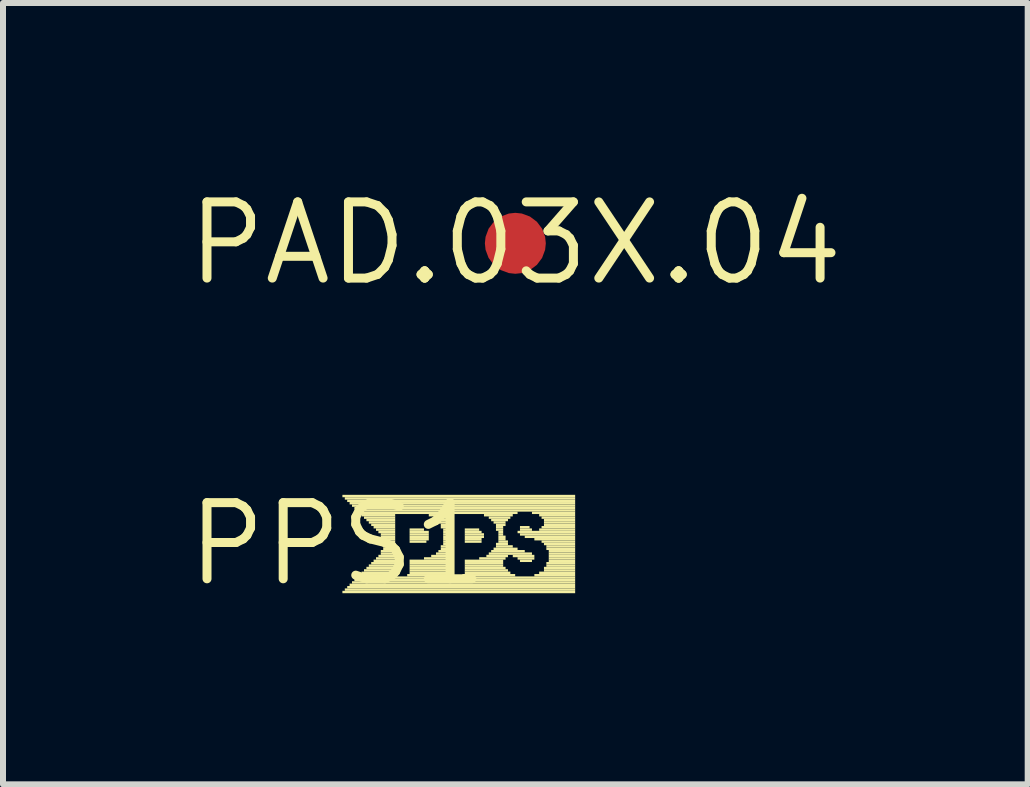
<source format=kicad_pcb>
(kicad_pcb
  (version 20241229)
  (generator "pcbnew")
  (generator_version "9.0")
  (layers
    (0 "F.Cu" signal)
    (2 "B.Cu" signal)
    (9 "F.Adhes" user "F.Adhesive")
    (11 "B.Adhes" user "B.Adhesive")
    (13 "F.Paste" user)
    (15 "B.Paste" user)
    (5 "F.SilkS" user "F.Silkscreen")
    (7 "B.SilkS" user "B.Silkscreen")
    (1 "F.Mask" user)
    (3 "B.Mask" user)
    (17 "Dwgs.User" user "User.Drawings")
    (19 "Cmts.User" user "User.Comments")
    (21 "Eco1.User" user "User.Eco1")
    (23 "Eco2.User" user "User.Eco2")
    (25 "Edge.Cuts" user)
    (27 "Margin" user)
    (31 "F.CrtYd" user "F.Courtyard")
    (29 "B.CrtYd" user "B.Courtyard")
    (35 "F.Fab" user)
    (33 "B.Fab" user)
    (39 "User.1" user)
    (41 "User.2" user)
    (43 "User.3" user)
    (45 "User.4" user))
  (footprint "PPS1"
    (layer "F.Cu")
    (at 2.578 6.019)
    (property "Reference" "PPS1" (at 0 0 0) (layer "F.SilkS") (effects (font (size 1.27 1.27) (thickness 0.15))))
    (fp_poly (pts (xy 0.08 -0.78) (xy 3.96 -0.78) (xy 3.96 -0.82) (xy 0.08 -0.82)) (stroke (width 0) (type solid)) (fill yes) (layer "F.SilkS"))
    (fp_poly (pts (xy 0.08 0.82) (xy 3.96 0.82) (xy 3.96 0.78) (xy 0.08 0.78)) (stroke (width 0) (type solid)) (fill yes) (layer "F.SilkS"))
    (fp_poly (pts (xy 0.12 -0.74) (xy 3.96 -0.74) (xy 3.96 -0.78) (xy 0.12 -0.78)) (stroke (width 0) (type solid)) (fill yes) (layer "F.SilkS"))
    (fp_poly (pts (xy 0.12 0.78) (xy 3.96 0.78) (xy 3.96 0.74) (xy 0.12 0.74)) (stroke (width 0) (type solid)) (fill yes) (layer "F.SilkS"))
    (fp_poly (pts (xy 0.16 -0.7) (xy 3.96 -0.7) (xy 3.96 -0.74) (xy 0.16 -0.74)) (stroke (width 0) (type solid)) (fill yes) (layer "F.SilkS"))
    (fp_poly (pts (xy 0.16 0.74) (xy 3.96 0.74) (xy 3.96 0.7) (xy 0.16 0.7)) (stroke (width 0) (type solid)) (fill yes) (layer "F.SilkS"))
    (fp_poly (pts (xy 0.2 -0.66) (xy 3.96 -0.66) (xy 3.96 -0.7) (xy 0.2 -0.7)) (stroke (width 0) (type solid)) (fill yes) (layer "F.SilkS"))
    (fp_poly (pts (xy 0.2 0.7) (xy 3.96 0.7) (xy 3.96 0.66) (xy 0.2 0.66)) (stroke (width 0) (type solid)) (fill yes) (layer "F.SilkS"))
    (fp_poly (pts (xy 0.24 -0.62) (xy 3.96 -0.62) (xy 3.96 -0.66) (xy 0.24 -0.66)) (stroke (width 0) (type solid)) (fill yes) (layer "F.SilkS"))
    (fp_poly (pts (xy 0.24 0.66) (xy 3.96 0.66) (xy 3.96 0.62) (xy 0.24 0.62)) (stroke (width 0) (type solid)) (fill yes) (layer "F.SilkS"))
    (fp_poly (pts (xy 0.28 -0.58) (xy 3.96 -0.58) (xy 3.96 -0.62) (xy 0.28 -0.62)) (stroke (width 0) (type solid)) (fill yes) (layer "F.SilkS"))
    (fp_poly (pts (xy 0.28 0.62) (xy 3.96 0.62) (xy 3.96 0.58) (xy 0.28 0.58)) (stroke (width 0) (type solid)) (fill yes) (layer "F.SilkS"))
    (fp_poly (pts (xy 0.32 -0.54) (xy 3.96 -0.54) (xy 3.96 -0.58) (xy 0.32 -0.58)) (stroke (width 0) (type solid)) (fill yes) (layer "F.SilkS"))
    (fp_poly (pts (xy 0.32 0.58) (xy 3.96 0.58) (xy 3.96 0.54) (xy 0.32 0.54)) (stroke (width 0) (type solid)) (fill yes) (layer "F.SilkS"))
    (fp_poly (pts (xy 0.36 -0.5) (xy 3 -0.5) (xy 3 -0.54) (xy 0.36 -0.54)) (stroke (width 0) (type solid)) (fill yes) (layer "F.SilkS"))
    (fp_poly (pts (xy 0.36 0.54) (xy 1 0.54) (xy 1 0.5) (xy 0.36 0.5)) (stroke (width 0) (type solid)) (fill yes) (layer "F.SilkS"))
    (fp_poly (pts (xy 0.4 -0.46) (xy 0.96 -0.46) (xy 0.96 -0.5) (xy 0.4 -0.5)) (stroke (width 0) (type solid)) (fill yes) (layer "F.SilkS"))
    (fp_poly (pts (xy 0.4 0.5) (xy 0.96 0.5) (xy 0.96 0.46) (xy 0.4 0.46)) (stroke (width 0) (type solid)) (fill yes) (layer "F.SilkS"))
    (fp_poly (pts (xy 0.44 -0.42) (xy 0.96 -0.42) (xy 0.96 -0.46) (xy 0.44 -0.46)) (stroke (width 0) (type solid)) (fill yes) (layer "F.SilkS"))
    (fp_poly (pts (xy 0.44 0.46) (xy 0.96 0.46) (xy 0.96 0.42) (xy 0.44 0.42)) (stroke (width 0) (type solid)) (fill yes) (layer "F.SilkS"))
    (fp_poly (pts (xy 0.48 -0.38) (xy 0.96 -0.38) (xy 0.96 -0.42) (xy 0.48 -0.42)) (stroke (width 0) (type solid)) (fill yes) (layer "F.SilkS"))
    (fp_poly (pts (xy 0.48 0.42) (xy 0.96 0.42) (xy 0.96 0.38) (xy 0.48 0.38)) (stroke (width 0) (type solid)) (fill yes) (layer "F.SilkS"))
    (fp_poly (pts (xy 0.52 -0.34) (xy 0.96 -0.34) (xy 0.96 -0.38) (xy 0.52 -0.38)) (stroke (width 0) (type solid)) (fill yes) (layer "F.SilkS"))
    (fp_poly (pts (xy 0.52 0.38) (xy 0.96 0.38) (xy 0.96 0.34) (xy 0.52 0.34)) (stroke (width 0) (type solid)) (fill yes) (layer "F.SilkS"))
    (fp_poly (pts (xy 0.56 -0.3) (xy 0.96 -0.3) (xy 0.96 -0.34) (xy 0.56 -0.34)) (stroke (width 0) (type solid)) (fill yes) (layer "F.SilkS"))
    (fp_poly (pts (xy 0.56 0.34) (xy 0.96 0.34) (xy 0.96 0.3) (xy 0.56 0.3)) (stroke (width 0) (type solid)) (fill yes) (layer "F.SilkS"))
    (fp_poly (pts (xy 0.6 -0.26) (xy 0.96 -0.26) (xy 0.96 -0.3) (xy 0.6 -0.3)) (stroke (width 0) (type solid)) (fill yes) (layer "F.SilkS"))
    (fp_poly (pts (xy 0.6 0.3) (xy 0.96 0.3) (xy 0.96 0.26) (xy 0.6 0.26)) (stroke (width 0) (type solid)) (fill yes) (layer "F.SilkS"))
    (fp_poly (pts (xy 0.64 -0.22) (xy 0.96 -0.22) (xy 0.96 -0.26) (xy 0.64 -0.26)) (stroke (width 0) (type solid)) (fill yes) (layer "F.SilkS"))
    (fp_poly (pts (xy 0.64 0.26) (xy 0.96 0.26) (xy 0.96 0.22) (xy 0.64 0.22)) (stroke (width 0) (type solid)) (fill yes) (layer "F.SilkS"))
    (fp_poly (pts (xy 0.68 -0.18) (xy 0.96 -0.18) (xy 0.96 -0.22) (xy 0.68 -0.22)) (stroke (width 0) (type solid)) (fill yes) (layer "F.SilkS"))
    (fp_poly (pts (xy 0.68 0.22) (xy 0.96 0.22) (xy 0.96 0.18) (xy 0.68 0.18)) (stroke (width 0) (type solid)) (fill yes) (layer "F.SilkS"))
    (fp_poly (pts (xy 0.72 -0.14) (xy 0.96 -0.14) (xy 0.96 -0.18) (xy 0.72 -0.18)) (stroke (width 0) (type solid)) (fill yes) (layer "F.SilkS"))
    (fp_poly (pts (xy 0.72 -0.1) (xy 0.96 -0.1) (xy 0.96 -0.14) (xy 0.72 -0.14)) (stroke (width 0) (type solid)) (fill yes) (layer "F.SilkS"))
    (fp_poly (pts (xy 0.72 0.14) (xy 0.96 0.14) (xy 0.96 0.1) (xy 0.72 0.1)) (stroke (width 0) (type solid)) (fill yes) (layer "F.SilkS"))
    (fp_poly (pts (xy 0.72 0.18) (xy 0.96 0.18) (xy 0.96 0.14) (xy 0.72 0.14)) (stroke (width 0) (type solid)) (fill yes) (layer "F.SilkS"))
    (fp_poly (pts (xy 0.76 -0.06) (xy 0.96 -0.06) (xy 0.96 -0.1) (xy 0.76 -0.1)) (stroke (width 0) (type solid)) (fill yes) (layer "F.SilkS"))
    (fp_poly (pts (xy 0.76 -0.02) (xy 0.96 -0.02) (xy 0.96 -0.06) (xy 0.76 -0.06)) (stroke (width 0) (type solid)) (fill yes) (layer "F.SilkS"))
    (fp_poly (pts (xy 0.76 0.02) (xy 0.96 0.02) (xy 0.96 -0.02) (xy 0.76 -0.02)) (stroke (width 0) (type solid)) (fill yes) (layer "F.SilkS"))
    (fp_poly (pts (xy 0.76 0.06) (xy 0.96 0.06) (xy 0.96 0.02) (xy 0.76 0.02)) (stroke (width 0) (type solid)) (fill yes) (layer "F.SilkS"))
    (fp_poly (pts (xy 0.76 0.1) (xy 0.96 0.1) (xy 0.96 0.06) (xy 0.76 0.06)) (stroke (width 0) (type solid)) (fill yes) (layer "F.SilkS"))
    (fp_poly (pts (xy 1.16 0.54) (xy 1.92 0.54) (xy 1.92 0.5) (xy 1.16 0.5)) (stroke (width 0) (type solid)) (fill yes) (layer "F.SilkS"))
    (fp_poly (pts (xy 1.2 -0.22) (xy 1.44 -0.22) (xy 1.44 -0.26) (xy 1.2 -0.26)) (stroke (width 0) (type solid)) (fill yes) (layer "F.SilkS"))
    (fp_poly (pts (xy 1.2 -0.18) (xy 1.52 -0.18) (xy 1.52 -0.22) (xy 1.2 -0.22)) (stroke (width 0) (type solid)) (fill yes) (layer "F.SilkS"))
    (fp_poly (pts (xy 1.2 -0.14) (xy 1.52 -0.14) (xy 1.52 -0.18) (xy 1.2 -0.18)) (stroke (width 0) (type solid)) (fill yes) (layer "F.SilkS"))
    (fp_poly (pts (xy 1.2 -0.1) (xy 1.52 -0.1) (xy 1.52 -0.14) (xy 1.2 -0.14)) (stroke (width 0) (type solid)) (fill yes) (layer "F.SilkS"))
    (fp_poly (pts (xy 1.2 -0.06) (xy 1.52 -0.06) (xy 1.52 -0.1) (xy 1.2 -0.1)) (stroke (width 0) (type solid)) (fill yes) (layer "F.SilkS"))
    (fp_poly (pts (xy 1.2 -0.02) (xy 1.48 -0.02) (xy 1.48 -0.06) (xy 1.2 -0.06)) (stroke (width 0) (type solid)) (fill yes) (layer "F.SilkS"))
    (fp_poly (pts (xy 1.2 0.3) (xy 1.88 0.3) (xy 1.88 0.26) (xy 1.2 0.26)) (stroke (width 0) (type solid)) (fill yes) (layer "F.SilkS"))
    (fp_poly (pts (xy 1.2 0.34) (xy 1.88 0.34) (xy 1.88 0.3) (xy 1.2 0.3)) (stroke (width 0) (type solid)) (fill yes) (layer "F.SilkS"))
    (fp_poly (pts (xy 1.2 0.38) (xy 1.88 0.38) (xy 1.88 0.34) (xy 1.2 0.34)) (stroke (width 0) (type solid)) (fill yes) (layer "F.SilkS"))
    (fp_poly (pts (xy 1.2 0.42) (xy 1.88 0.42) (xy 1.88 0.38) (xy 1.2 0.38)) (stroke (width 0) (type solid)) (fill yes) (layer "F.SilkS"))
    (fp_poly (pts (xy 1.2 0.46) (xy 1.88 0.46) (xy 1.88 0.42) (xy 1.2 0.42)) (stroke (width 0) (type solid)) (fill yes) (layer "F.SilkS"))
    (fp_poly (pts (xy 1.2 0.5) (xy 1.88 0.5) (xy 1.88 0.46) (xy 1.2 0.46)) (stroke (width 0) (type solid)) (fill yes) (layer "F.SilkS"))
    (fp_poly (pts (xy 1.44 0.26) (xy 1.88 0.26) (xy 1.88 0.22) (xy 1.44 0.22)) (stroke (width 0) (type solid)) (fill yes) (layer "F.SilkS"))
    (fp_poly (pts (xy 1.52 -0.46) (xy 1.88 -0.46) (xy 1.88 -0.5) (xy 1.52 -0.5)) (stroke (width 0) (type solid)) (fill yes) (layer "F.SilkS"))
    (fp_poly (pts (xy 1.56 0.22) (xy 1.88 0.22) (xy 1.88 0.18) (xy 1.56 0.18)) (stroke (width 0) (type solid)) (fill yes) (layer "F.SilkS"))
    (fp_poly (pts (xy 1.6 -0.42) (xy 1.88 -0.42) (xy 1.88 -0.46) (xy 1.6 -0.46)) (stroke (width 0) (type solid)) (fill yes) (layer "F.SilkS"))
    (fp_poly (pts (xy 1.64 -0.38) (xy 1.88 -0.38) (xy 1.88 -0.42) (xy 1.64 -0.42)) (stroke (width 0) (type solid)) (fill yes) (layer "F.SilkS"))
    (fp_poly (pts (xy 1.64 0.18) (xy 1.88 0.18) (xy 1.88 0.14) (xy 1.64 0.14)) (stroke (width 0) (type solid)) (fill yes) (layer "F.SilkS"))
    (fp_poly (pts (xy 1.68 -0.34) (xy 1.88 -0.34) (xy 1.88 -0.38) (xy 1.68 -0.38)) (stroke (width 0) (type solid)) (fill yes) (layer "F.SilkS"))
    (fp_poly (pts (xy 1.68 0.14) (xy 1.88 0.14) (xy 1.88 0.1) (xy 1.68 0.1)) (stroke (width 0) (type solid)) (fill yes) (layer "F.SilkS"))
    (fp_poly (pts (xy 1.72 -0.3) (xy 1.88 -0.3) (xy 1.88 -0.34) (xy 1.72 -0.34)) (stroke (width 0) (type solid)) (fill yes) (layer "F.SilkS"))
    (fp_poly (pts (xy 1.72 -0.26) (xy 1.88 -0.26) (xy 1.88 -0.3) (xy 1.72 -0.3)) (stroke (width 0) (type solid)) (fill yes) (layer "F.SilkS"))
    (fp_poly (pts (xy 1.72 0.06) (xy 1.88 0.06) (xy 1.88 0.02) (xy 1.72 0.02)) (stroke (width 0) (type solid)) (fill yes) (layer "F.SilkS"))
    (fp_poly (pts (xy 1.72 0.1) (xy 1.88 0.1) (xy 1.88 0.06) (xy 1.72 0.06)) (stroke (width 0) (type solid)) (fill yes) (layer "F.SilkS"))
    (fp_poly (pts (xy 1.76 -0.22) (xy 1.88 -0.22) (xy 1.88 -0.26) (xy 1.76 -0.26)) (stroke (width 0) (type solid)) (fill yes) (layer "F.SilkS"))
    (fp_poly (pts (xy 1.76 -0.18) (xy 1.88 -0.18) (xy 1.88 -0.22) (xy 1.76 -0.22)) (stroke (width 0) (type solid)) (fill yes) (layer "F.SilkS"))
    (fp_poly (pts (xy 1.76 -0.14) (xy 1.88 -0.14) (xy 1.88 -0.18) (xy 1.76 -0.18)) (stroke (width 0) (type solid)) (fill yes) (layer "F.SilkS"))
    (fp_poly (pts (xy 1.76 -0.1) (xy 1.88 -0.1) (xy 1.88 -0.14) (xy 1.76 -0.14)) (stroke (width 0) (type solid)) (fill yes) (layer "F.SilkS"))
    (fp_poly (pts (xy 1.76 -0.06) (xy 1.88 -0.06) (xy 1.88 -0.1) (xy 1.76 -0.1)) (stroke (width 0) (type solid)) (fill yes) (layer "F.SilkS"))
    (fp_poly (pts (xy 1.76 -0.02) (xy 1.88 -0.02) (xy 1.88 -0.06) (xy 1.76 -0.06)) (stroke (width 0) (type solid)) (fill yes) (layer "F.SilkS"))
    (fp_poly (pts (xy 1.76 0.02) (xy 1.88 0.02) (xy 1.88 -0.02) (xy 1.76 -0.02)) (stroke (width 0) (type solid)) (fill yes) (layer "F.SilkS"))
    (fp_poly (pts (xy 2.08 0.54) (xy 2.96 0.54) (xy 2.96 0.5) (xy 2.08 0.5)) (stroke (width 0) (type solid)) (fill yes) (layer "F.SilkS"))
    (fp_poly (pts (xy 2.12 -0.22) (xy 2.36 -0.22) (xy 2.36 -0.26) (xy 2.12 -0.26)) (stroke (width 0) (type solid)) (fill yes) (layer "F.SilkS"))
    (fp_poly (pts (xy 2.12 -0.18) (xy 2.4 -0.18) (xy 2.4 -0.22) (xy 2.12 -0.22)) (stroke (width 0) (type solid)) (fill yes) (layer "F.SilkS"))
    (fp_poly (pts (xy 2.12 -0.14) (xy 2.44 -0.14) (xy 2.44 -0.18) (xy 2.12 -0.18)) (stroke (width 0) (type solid)) (fill yes) (layer "F.SilkS"))
    (fp_poly (pts (xy 2.12 -0.1) (xy 2.44 -0.1) (xy 2.44 -0.14) (xy 2.12 -0.14)) (stroke (width 0) (type solid)) (fill yes) (layer "F.SilkS"))
    (fp_poly (pts (xy 2.12 -0.06) (xy 2.4 -0.06) (xy 2.4 -0.1) (xy 2.12 -0.1)) (stroke (width 0) (type solid)) (fill yes) (layer "F.SilkS"))
    (fp_poly (pts (xy 2.12 -0.02) (xy 2.4 -0.02) (xy 2.4 -0.06) (xy 2.12 -0.06)) (stroke (width 0) (type solid)) (fill yes) (layer "F.SilkS"))
    (fp_poly (pts (xy 2.12 0.3) (xy 2.76 0.3) (xy 2.76 0.26) (xy 2.12 0.26)) (stroke (width 0) (type solid)) (fill yes) (layer "F.SilkS"))
    (fp_poly (pts (xy 2.12 0.34) (xy 2.76 0.34) (xy 2.76 0.3) (xy 2.12 0.3)) (stroke (width 0) (type solid)) (fill yes) (layer "F.SilkS"))
    (fp_poly (pts (xy 2.12 0.38) (xy 2.76 0.38) (xy 2.76 0.34) (xy 2.12 0.34)) (stroke (width 0) (type solid)) (fill yes) (layer "F.SilkS"))
    (fp_poly (pts (xy 2.12 0.42) (xy 2.8 0.42) (xy 2.8 0.38) (xy 2.12 0.38)) (stroke (width 0) (type solid)) (fill yes) (layer "F.SilkS"))
    (fp_poly (pts (xy 2.12 0.46) (xy 2.84 0.46) (xy 2.84 0.42) (xy 2.12 0.42)) (stroke (width 0) (type solid)) (fill yes) (layer "F.SilkS"))
    (fp_poly (pts (xy 2.12 0.5) (xy 2.88 0.5) (xy 2.88 0.46) (xy 2.12 0.46)) (stroke (width 0) (type solid)) (fill yes) (layer "F.SilkS"))
    (fp_poly (pts (xy 2.36 0.26) (xy 2.8 0.26) (xy 2.8 0.22) (xy 2.36 0.22)) (stroke (width 0) (type solid)) (fill yes) (layer "F.SilkS"))
    (fp_poly (pts (xy 2.44 -0.46) (xy 2.92 -0.46) (xy 2.92 -0.5) (xy 2.44 -0.5)) (stroke (width 0) (type solid)) (fill yes) (layer "F.SilkS"))
    (fp_poly (pts (xy 2.48 0.22) (xy 2.84 0.22) (xy 2.84 0.18) (xy 2.48 0.18)) (stroke (width 0) (type solid)) (fill yes) (layer "F.SilkS"))
    (fp_poly (pts (xy 2.52 -0.42) (xy 2.88 -0.42) (xy 2.88 -0.46) (xy 2.52 -0.46)) (stroke (width 0) (type solid)) (fill yes) (layer "F.SilkS"))
    (fp_poly (pts (xy 2.52 0.18) (xy 3.24 0.18) (xy 3.24 0.14) (xy 2.52 0.14)) (stroke (width 0) (type solid)) (fill yes) (layer "F.SilkS"))
    (fp_poly (pts (xy 2.56 -0.38) (xy 2.84 -0.38) (xy 2.84 -0.42) (xy 2.56 -0.42)) (stroke (width 0) (type solid)) (fill yes) (layer "F.SilkS"))
    (fp_poly (pts (xy 2.56 0.14) (xy 3.12 0.14) (xy 3.12 0.1) (xy 2.56 0.1)) (stroke (width 0) (type solid)) (fill yes) (layer "F.SilkS"))
    (fp_poly (pts (xy 2.6 -0.34) (xy 2.8 -0.34) (xy 2.8 -0.38) (xy 2.6 -0.38)) (stroke (width 0) (type solid)) (fill yes) (layer "F.SilkS"))
    (fp_poly (pts (xy 2.6 0.1) (xy 3 0.1) (xy 3 0.06) (xy 2.6 0.06)) (stroke (width 0) (type solid)) (fill yes) (layer "F.SilkS"))
    (fp_poly (pts (xy 2.64 -0.3) (xy 2.8 -0.3) (xy 2.8 -0.34) (xy 2.64 -0.34)) (stroke (width 0) (type solid)) (fill yes) (layer "F.SilkS"))
    (fp_poly (pts (xy 2.64 -0.26) (xy 2.76 -0.26) (xy 2.76 -0.3) (xy 2.64 -0.3)) (stroke (width 0) (type solid)) (fill yes) (layer "F.SilkS"))
    (fp_poly (pts (xy 2.64 -0.22) (xy 2.76 -0.22) (xy 2.76 -0.26) (xy 2.64 -0.26)) (stroke (width 0) (type solid)) (fill yes) (layer "F.SilkS"))
    (fp_poly (pts (xy 2.64 0.02) (xy 2.84 0.02) (xy 2.84 -0.02) (xy 2.64 -0.02)) (stroke (width 0) (type solid)) (fill yes) (layer "F.SilkS"))
    (fp_poly (pts (xy 2.64 0.06) (xy 2.92 0.06) (xy 2.92 0.02) (xy 2.64 0.02)) (stroke (width 0) (type solid)) (fill yes) (layer "F.SilkS"))
    (fp_poly (pts (xy 2.68 -0.18) (xy 2.76 -0.18) (xy 2.76 -0.22) (xy 2.68 -0.22)) (stroke (width 0) (type solid)) (fill yes) (layer "F.SilkS"))
    (fp_poly (pts (xy 2.68 -0.14) (xy 2.76 -0.14) (xy 2.76 -0.18) (xy 2.68 -0.18)) (stroke (width 0) (type solid)) (fill yes) (layer "F.SilkS"))
    (fp_poly (pts (xy 2.68 -0.1) (xy 2.8 -0.1) (xy 2.8 -0.14) (xy 2.68 -0.14)) (stroke (width 0) (type solid)) (fill yes) (layer "F.SilkS"))
    (fp_poly (pts (xy 2.68 -0.06) (xy 2.8 -0.06) (xy 2.8 -0.1) (xy 2.68 -0.1)) (stroke (width 0) (type solid)) (fill yes) (layer "F.SilkS"))
    (fp_poly (pts (xy 2.68 -0.02) (xy 2.84 -0.02) (xy 2.84 -0.06) (xy 2.68 -0.06)) (stroke (width 0) (type solid)) (fill yes) (layer "F.SilkS"))
    (fp_poly (pts (xy 2.92 0.22) (xy 3.28 0.22) (xy 3.28 0.18) (xy 2.92 0.18)) (stroke (width 0) (type solid)) (fill yes) (layer "F.SilkS"))
    (fp_poly (pts (xy 3 -0.18) (xy 3.96 -0.18) (xy 3.96 -0.22) (xy 3 -0.22)) (stroke (width 0) (type solid)) (fill yes) (layer "F.SilkS"))
    (fp_poly (pts (xy 3 0.26) (xy 3.28 0.26) (xy 3.28 0.22) (xy 3 0.22)) (stroke (width 0) (type solid)) (fill yes) (layer "F.SilkS"))
    (fp_poly (pts (xy 3.04 -0.26) (xy 3.2 -0.26) (xy 3.2 -0.3) (xy 3.04 -0.3)) (stroke (width 0) (type solid)) (fill yes) (layer "F.SilkS"))
    (fp_poly (pts (xy 3.04 -0.22) (xy 3.24 -0.22) (xy 3.24 -0.26) (xy 3.04 -0.26)) (stroke (width 0) (type solid)) (fill yes) (layer "F.SilkS"))
    (fp_poly (pts (xy 3.04 -0.14) (xy 3.96 -0.14) (xy 3.96 -0.18) (xy 3.04 -0.18)) (stroke (width 0) (type solid)) (fill yes) (layer "F.SilkS"))
    (fp_poly (pts (xy 3.04 0.3) (xy 3.24 0.3) (xy 3.24 0.26) (xy 3.04 0.26)) (stroke (width 0) (type solid)) (fill yes) (layer "F.SilkS"))
    (fp_poly (pts (xy 3.12 -0.1) (xy 3.96 -0.1) (xy 3.96 -0.14) (xy 3.12 -0.14)) (stroke (width 0) (type solid)) (fill yes) (layer "F.SilkS"))
    (fp_poly (pts (xy 3.24 -0.5) (xy 3.96 -0.5) (xy 3.96 -0.54) (xy 3.24 -0.54)) (stroke (width 0) (type solid)) (fill yes) (layer "F.SilkS"))
    (fp_poly (pts (xy 3.28 -0.06) (xy 3.96 -0.06) (xy 3.96 -0.1) (xy 3.28 -0.1)) (stroke (width 0) (type solid)) (fill yes) (layer "F.SilkS"))
    (fp_poly (pts (xy 3.28 0.54) (xy 3.96 0.54) (xy 3.96 0.5) (xy 3.28 0.5)) (stroke (width 0) (type solid)) (fill yes) (layer "F.SilkS"))
    (fp_poly (pts (xy 3.36 -0.46) (xy 3.96 -0.46) (xy 3.96 -0.5) (xy 3.36 -0.5)) (stroke (width 0) (type solid)) (fill yes) (layer "F.SilkS"))
    (fp_poly (pts (xy 3.36 -0.22) (xy 3.96 -0.22) (xy 3.96 -0.26) (xy 3.36 -0.26)) (stroke (width 0) (type solid)) (fill yes) (layer "F.SilkS"))
    (fp_poly (pts (xy 3.36 0.5) (xy 3.96 0.5) (xy 3.96 0.46) (xy 3.36 0.46)) (stroke (width 0) (type solid)) (fill yes) (layer "F.SilkS"))
    (fp_poly (pts (xy 3.4 -0.42) (xy 3.96 -0.42) (xy 3.96 -0.46) (xy 3.4 -0.46)) (stroke (width 0) (type solid)) (fill yes) (layer "F.SilkS"))
    (fp_poly (pts (xy 3.4 -0.26) (xy 3.96 -0.26) (xy 3.96 -0.3) (xy 3.4 -0.3)) (stroke (width 0) (type solid)) (fill yes) (layer "F.SilkS"))
    (fp_poly (pts (xy 3.4 -0.02) (xy 3.96 -0.02) (xy 3.96 -0.06) (xy 3.4 -0.06)) (stroke (width 0) (type solid)) (fill yes) (layer "F.SilkS"))
    (fp_poly (pts (xy 3.44 -0.38) (xy 3.96 -0.38) (xy 3.96 -0.42) (xy 3.44 -0.42)) (stroke (width 0) (type solid)) (fill yes) (layer "F.SilkS"))
    (fp_poly (pts (xy 3.44 -0.34) (xy 3.96 -0.34) (xy 3.96 -0.38) (xy 3.44 -0.38)) (stroke (width 0) (type solid)) (fill yes) (layer "F.SilkS"))
    (fp_poly (pts (xy 3.44 -0.3) (xy 3.96 -0.3) (xy 3.96 -0.34) (xy 3.44 -0.34)) (stroke (width 0) (type solid)) (fill yes) (layer "F.SilkS"))
    (fp_poly (pts (xy 3.44 0.02) (xy 3.96 0.02) (xy 3.96 -0.02) (xy 3.44 -0.02)) (stroke (width 0) (type solid)) (fill yes) (layer "F.SilkS"))
    (fp_poly (pts (xy 3.44 0.42) (xy 3.96 0.42) (xy 3.96 0.38) (xy 3.44 0.38)) (stroke (width 0) (type solid)) (fill yes) (layer "F.SilkS"))
    (fp_poly (pts (xy 3.44 0.46) (xy 3.96 0.46) (xy 3.96 0.42) (xy 3.44 0.42)) (stroke (width 0) (type solid)) (fill yes) (layer "F.SilkS"))
    (fp_poly (pts (xy 3.48 0.06) (xy 3.96 0.06) (xy 3.96 0.02) (xy 3.48 0.02)) (stroke (width 0) (type solid)) (fill yes) (layer "F.SilkS"))
    (fp_poly (pts (xy 3.48 0.1) (xy 3.96 0.1) (xy 3.96 0.06) (xy 3.48 0.06)) (stroke (width 0) (type solid)) (fill yes) (layer "F.SilkS"))
    (fp_poly (pts (xy 3.48 0.34) (xy 3.96 0.34) (xy 3.96 0.3) (xy 3.48 0.3)) (stroke (width 0) (type solid)) (fill yes) (layer "F.SilkS"))
    (fp_poly (pts (xy 3.48 0.38) (xy 3.96 0.38) (xy 3.96 0.34) (xy 3.48 0.34)) (stroke (width 0) (type solid)) (fill yes) (layer "F.SilkS"))
    (fp_poly (pts (xy 3.52 0.14) (xy 3.96 0.14) (xy 3.96 0.1) (xy 3.52 0.1)) (stroke (width 0) (type solid)) (fill yes) (layer "F.SilkS"))
    (fp_poly (pts (xy 3.52 0.18) (xy 3.96 0.18) (xy 3.96 0.14) (xy 3.52 0.14)) (stroke (width 0) (type solid)) (fill yes) (layer "F.SilkS"))
    (fp_poly (pts (xy 3.52 0.22) (xy 3.96 0.22) (xy 3.96 0.18) (xy 3.52 0.18)) (stroke (width 0) (type solid)) (fill yes) (layer "F.SilkS"))
    (fp_poly (pts (xy 3.52 0.26) (xy 3.96 0.26) (xy 3.96 0.22) (xy 3.52 0.22)) (stroke (width 0) (type solid)) (fill yes) (layer "F.SilkS"))
    (fp_poly (pts (xy 3.52 0.3) (xy 3.96 0.3) (xy 3.96 0.26) (xy 3.52 0.26)) (stroke (width 0) (type solid)) (fill yes) (layer "F.SilkS")))
  (footprint "PAD.03X.04"
    (layer "F.Cu")
    (at 5.541 1.006)
    (property "Reference" "PAD.03X.04" (at 0 0 0) (layer "F.SilkS") (effects (font (size 1.27 1.27) (thickness 0.15))))
    (pad "P$1" smd roundrect (at 0 0) (size 1.016 1.016) (layers "F.Cu" "F.Mask") (roundrect_rratio 0.5)))
  (gr_rect
    (start -3 -3)
    (end 14.082 10.025)
    (stroke (width 0.1) (type default))
    (fill no)
    (layer "Edge.Cuts")))
</source>
